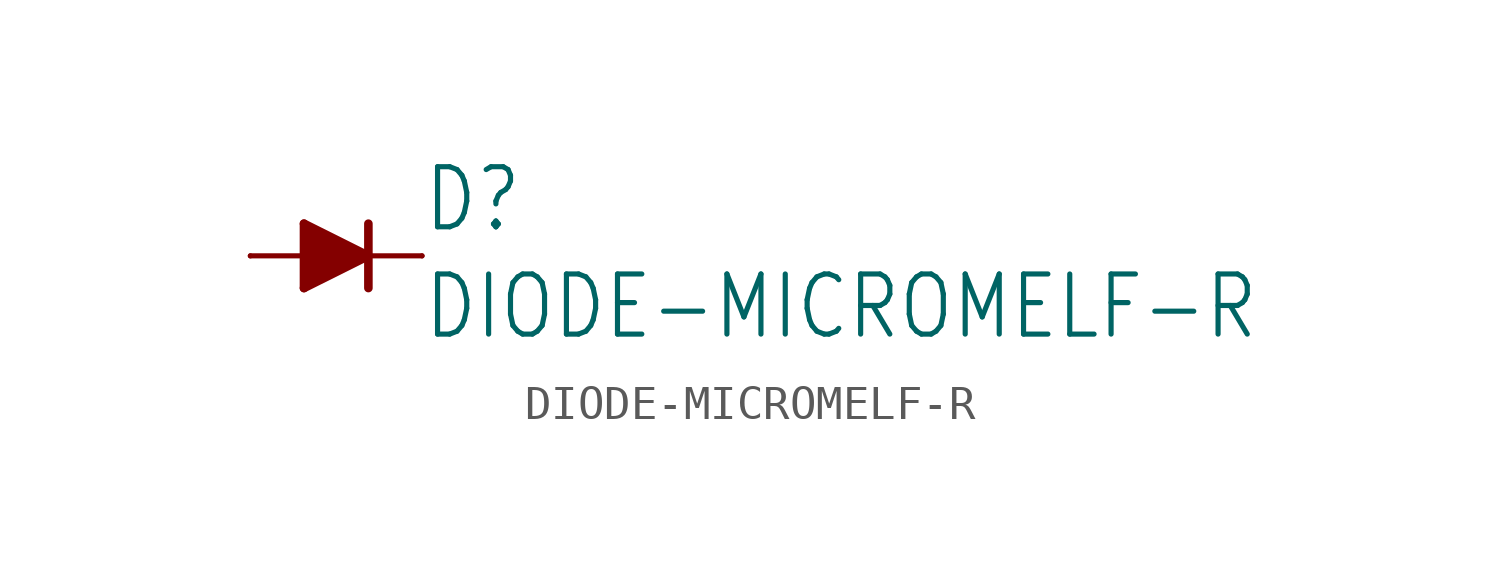
<source format=kicad_sym>
(kicad_symbol_lib
  (version 20211014)
  (generator kicad_symbol_editor)
  (symbol "DIODE-MICROMELF-R"
    (property "Reference" "D"
      (at 2.54 0.635 0)
      (effects (font (size 1.778 1.511)) (justify left bottom)))
    (property "Value" "DIODE-MICROMELF-R"
      (at 2.54 -2.54 0)
      (effects (font (size 1.778 1.511)) (justify left bottom)))
    (property "ki_locked" ""
      (at 0 0 0)
      (effects (font (size 1.27 1.27))))
    (symbol "DIODE-MICROMELF-R_1_0"
      (polyline (pts (xy -0.953 -0.953) (xy 0.953 0)) (stroke (width 0.254) (type default) (color 0 0 0 0)) (fill (type none)))
      (polyline (pts (xy -0.953 0) (xy -2.54 0)) (stroke (width 0.152) (type default) (color 0 0 0 0)) (fill (type none)))
      (polyline (pts (xy -0.953 0) (xy -0.953 -0.953)) (stroke (width 0.254) (type default) (color 0 0 0 0)) (fill (type none)))
      (polyline (pts (xy -0.953 0.953) (xy -0.953 0)) (stroke (width 0.254) (type default) (color 0 0 0 0)) (fill (type none)))
      (polyline (pts (xy 0.953 0) (xy -0.953 0.953)) (stroke (width 0.254) (type default) (color 0 0 0 0)) (fill (type none)))
      (polyline (pts (xy 0.953 0) (xy 0.953 -0.953)) (stroke (width 0.254) (type default) (color 0 0 0 0)) (fill (type none)))
      (polyline (pts (xy 0.953 0) (xy 2.54 0)) (stroke (width 0.152) (type default) (color 0 0 0 0)) (fill (type none)))
      (polyline (pts (xy 0.953 0.953) (xy 0.953 0)) (stroke (width 0.254) (type default) (color 0 0 0 0)) (fill (type none)))
      (polyline (pts (xy -0.953 0.953) (xy 0.953 0) (xy -0.953 -0.953)) (stroke (width 0) (type default) (color 0 0 0 0)) (fill (type outline)))
      (pin passive line (at -2.54 0 0) (length 0) (name "A" (effects (font (size 0 0)))) (number "A" (effects (font (size 0 0)))))
      (pin passive line (at 2.54 0 180) (length 0) (name "C" (effects (font (size 0 0)))) (number "C" (effects (font (size 0 0))))))))
</source>
